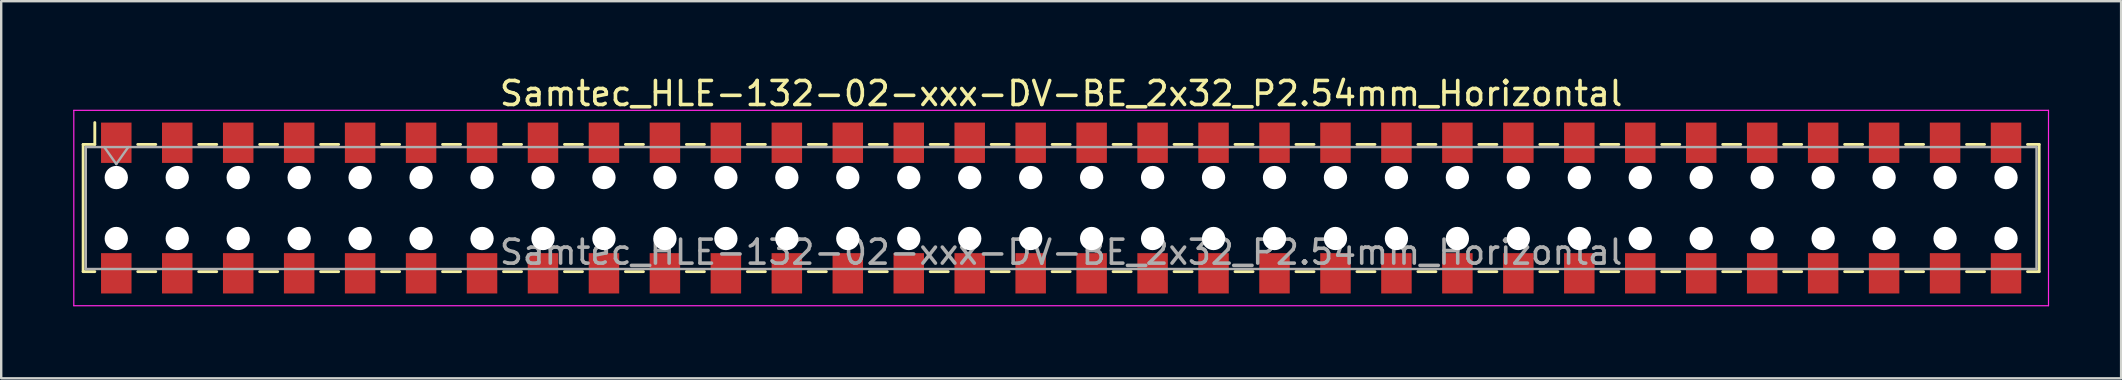
<source format=kicad_pcb>
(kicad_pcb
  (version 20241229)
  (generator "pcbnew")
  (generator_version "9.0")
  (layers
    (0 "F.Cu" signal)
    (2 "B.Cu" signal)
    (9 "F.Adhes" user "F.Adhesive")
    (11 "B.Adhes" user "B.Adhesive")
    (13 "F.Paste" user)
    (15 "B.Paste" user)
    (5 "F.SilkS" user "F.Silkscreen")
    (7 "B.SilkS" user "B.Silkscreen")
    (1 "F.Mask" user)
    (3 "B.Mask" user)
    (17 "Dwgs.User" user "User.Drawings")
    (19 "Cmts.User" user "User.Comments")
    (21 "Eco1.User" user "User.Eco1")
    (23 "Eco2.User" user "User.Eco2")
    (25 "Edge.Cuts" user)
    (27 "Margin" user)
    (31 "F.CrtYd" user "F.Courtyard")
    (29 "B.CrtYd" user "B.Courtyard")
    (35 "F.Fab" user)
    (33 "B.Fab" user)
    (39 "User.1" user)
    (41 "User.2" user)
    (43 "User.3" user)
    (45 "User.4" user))
  (footprint "Samtec_HLE-132-02-xxx-DV-BE_2x32_P2.54mm_Horizontal"
    (layer "F.Cu")
    (at 41.165 5.618)
    (property "Reference" "Samtec_HLE-132-02-xxx-DV-BE_2x32_P2.54mm_Horizontal" (at 0 -4.77 0) (layer "F.SilkS") (effects (font (size 1 1) (thickness 0.15))))
    (attr smd)
    (fp_line (start -40.75 -2.65) (end -40.75 2.65) (stroke (width 0.12) (type solid)) (layer "F.SilkS"))
    (fp_line (start -40.75 2.65) (end -40.265 2.65) (stroke (width 0.12) (type solid)) (layer "F.SilkS"))
    (fp_line (start -40.265 -3.56) (end -40.265 -2.65) (stroke (width 0.12) (type solid)) (layer "F.SilkS"))
    (fp_line (start -40.265 -2.65) (end -40.75 -2.65) (stroke (width 0.12) (type solid)) (layer "F.SilkS"))
    (fp_line (start -38.475 -2.65) (end -37.725 -2.65) (stroke (width 0.12) (type solid)) (layer "F.SilkS"))
    (fp_line (start -38.475 2.65) (end -37.725 2.65) (stroke (width 0.12) (type solid)) (layer "F.SilkS"))
    (fp_line (start -35.935 -2.65) (end -35.185 -2.65) (stroke (width 0.12) (type solid)) (layer "F.SilkS"))
    (fp_line (start -35.935 2.65) (end -35.185 2.65) (stroke (width 0.12) (type solid)) (layer "F.SilkS"))
    (fp_line (start -33.395 -2.65) (end -32.645 -2.65) (stroke (width 0.12) (type solid)) (layer "F.SilkS"))
    (fp_line (start -33.395 2.65) (end -32.645 2.65) (stroke (width 0.12) (type solid)) (layer "F.SilkS"))
    (fp_line (start -30.855 -2.65) (end -30.105 -2.65) (stroke (width 0.12) (type solid)) (layer "F.SilkS"))
    (fp_line (start -30.855 2.65) (end -30.105 2.65) (stroke (width 0.12) (type solid)) (layer "F.SilkS"))
    (fp_line (start -28.315 -2.65) (end -27.565 -2.65) (stroke (width 0.12) (type solid)) (layer "F.SilkS"))
    (fp_line (start -28.315 2.65) (end -27.565 2.65) (stroke (width 0.12) (type solid)) (layer "F.SilkS"))
    (fp_line (start -25.775 -2.65) (end -25.025 -2.65) (stroke (width 0.12) (type solid)) (layer "F.SilkS"))
    (fp_line (start -25.775 2.65) (end -25.025 2.65) (stroke (width 0.12) (type solid)) (layer "F.SilkS"))
    (fp_line (start -23.235 -2.65) (end -22.485 -2.65) (stroke (width 0.12) (type solid)) (layer "F.SilkS"))
    (fp_line (start -23.235 2.65) (end -22.485 2.65) (stroke (width 0.12) (type solid)) (layer "F.SilkS"))
    (fp_line (start -20.695 -2.65) (end -19.945 -2.65) (stroke (width 0.12) (type solid)) (layer "F.SilkS"))
    (fp_line (start -20.695 2.65) (end -19.945 2.65) (stroke (width 0.12) (type solid)) (layer "F.SilkS"))
    (fp_line (start -18.155 -2.65) (end -17.405 -2.65) (stroke (width 0.12) (type solid)) (layer "F.SilkS"))
    (fp_line (start -18.155 2.65) (end -17.405 2.65) (stroke (width 0.12) (type solid)) (layer "F.SilkS"))
    (fp_line (start -15.615 -2.65) (end -14.865 -2.65) (stroke (width 0.12) (type solid)) (layer "F.SilkS"))
    (fp_line (start -15.615 2.65) (end -14.865 2.65) (stroke (width 0.12) (type solid)) (layer "F.SilkS"))
    (fp_line (start -13.075 -2.65) (end -12.325 -2.65) (stroke (width 0.12) (type solid)) (layer "F.SilkS"))
    (fp_line (start -13.075 2.65) (end -12.325 2.65) (stroke (width 0.12) (type solid)) (layer "F.SilkS"))
    (fp_line (start -10.535 -2.65) (end -9.785 -2.65) (stroke (width 0.12) (type solid)) (layer "F.SilkS"))
    (fp_line (start -10.535 2.65) (end -9.785 2.65) (stroke (width 0.12) (type solid)) (layer "F.SilkS"))
    (fp_line (start -7.995 -2.65) (end -7.245 -2.65) (stroke (width 0.12) (type solid)) (layer "F.SilkS"))
    (fp_line (start -7.995 2.65) (end -7.245 2.65) (stroke (width 0.12) (type solid)) (layer "F.SilkS"))
    (fp_line (start -5.455 -2.65) (end -4.705 -2.65) (stroke (width 0.12) (type solid)) (layer "F.SilkS"))
    (fp_line (start -5.455 2.65) (end -4.705 2.65) (stroke (width 0.12) (type solid)) (layer "F.SilkS"))
    (fp_line (start -2.915 -2.65) (end -2.165 -2.65) (stroke (width 0.12) (type solid)) (layer "F.SilkS"))
    (fp_line (start -2.915 2.65) (end -2.165 2.65) (stroke (width 0.12) (type solid)) (layer "F.SilkS"))
    (fp_line (start -0.375 -2.65) (end 0.375 -2.65) (stroke (width 0.12) (type solid)) (layer "F.SilkS"))
    (fp_line (start -0.375 2.65) (end 0.375 2.65) (stroke (width 0.12) (type solid)) (layer "F.SilkS"))
    (fp_line (start 2.165 -2.65) (end 2.915 -2.65) (stroke (width 0.12) (type solid)) (layer "F.SilkS"))
    (fp_line (start 2.165 2.65) (end 2.915 2.65) (stroke (width 0.12) (type solid)) (layer "F.SilkS"))
    (fp_line (start 4.705 -2.65) (end 5.455 -2.65) (stroke (width 0.12) (type solid)) (layer "F.SilkS"))
    (fp_line (start 4.705 2.65) (end 5.455 2.65) (stroke (width 0.12) (type solid)) (layer "F.SilkS"))
    (fp_line (start 7.245 -2.65) (end 7.995 -2.65) (stroke (width 0.12) (type solid)) (layer "F.SilkS"))
    (fp_line (start 7.245 2.65) (end 7.995 2.65) (stroke (width 0.12) (type solid)) (layer "F.SilkS"))
    (fp_line (start 9.785 -2.65) (end 10.535 -2.65) (stroke (width 0.12) (type solid)) (layer "F.SilkS"))
    (fp_line (start 9.785 2.65) (end 10.535 2.65) (stroke (width 0.12) (type solid)) (layer "F.SilkS"))
    (fp_line (start 12.325 -2.65) (end 13.075 -2.65) (stroke (width 0.12) (type solid)) (layer "F.SilkS"))
    (fp_line (start 12.325 2.65) (end 13.075 2.65) (stroke (width 0.12) (type solid)) (layer "F.SilkS"))
    (fp_line (start 14.865 -2.65) (end 15.615 -2.65) (stroke (width 0.12) (type solid)) (layer "F.SilkS"))
    (fp_line (start 14.865 2.65) (end 15.615 2.65) (stroke (width 0.12) (type solid)) (layer "F.SilkS"))
    (fp_line (start 17.405 -2.65) (end 18.155 -2.65) (stroke (width 0.12) (type solid)) (layer "F.SilkS"))
    (fp_line (start 17.405 2.65) (end 18.155 2.65) (stroke (width 0.12) (type solid)) (layer "F.SilkS"))
    (fp_line (start 19.945 -2.65) (end 20.695 -2.65) (stroke (width 0.12) (type solid)) (layer "F.SilkS"))
    (fp_line (start 19.945 2.65) (end 20.695 2.65) (stroke (width 0.12) (type solid)) (layer "F.SilkS"))
    (fp_line (start 22.485 -2.65) (end 23.235 -2.65) (stroke (width 0.12) (type solid)) (layer "F.SilkS"))
    (fp_line (start 22.485 2.65) (end 23.235 2.65) (stroke (width 0.12) (type solid)) (layer "F.SilkS"))
    (fp_line (start 25.025 -2.65) (end 25.775 -2.65) (stroke (width 0.12) (type solid)) (layer "F.SilkS"))
    (fp_line (start 25.025 2.65) (end 25.775 2.65) (stroke (width 0.12) (type solid)) (layer "F.SilkS"))
    (fp_line (start 27.565 -2.65) (end 28.315 -2.65) (stroke (width 0.12) (type solid)) (layer "F.SilkS"))
    (fp_line (start 27.565 2.65) (end 28.315 2.65) (stroke (width 0.12) (type solid)) (layer "F.SilkS"))
    (fp_line (start 30.105 -2.65) (end 30.855 -2.65) (stroke (width 0.12) (type solid)) (layer "F.SilkS"))
    (fp_line (start 30.105 2.65) (end 30.855 2.65) (stroke (width 0.12) (type solid)) (layer "F.SilkS"))
    (fp_line (start 32.645 -2.65) (end 33.395 -2.65) (stroke (width 0.12) (type solid)) (layer "F.SilkS"))
    (fp_line (start 32.645 2.65) (end 33.395 2.65) (stroke (width 0.12) (type solid)) (layer "F.SilkS"))
    (fp_line (start 35.185 -2.65) (end 35.935 -2.65) (stroke (width 0.12) (type solid)) (layer "F.SilkS"))
    (fp_line (start 35.185 2.65) (end 35.935 2.65) (stroke (width 0.12) (type solid)) (layer "F.SilkS"))
    (fp_line (start 37.725 -2.65) (end 38.475 -2.65) (stroke (width 0.12) (type solid)) (layer "F.SilkS"))
    (fp_line (start 37.725 2.65) (end 38.475 2.65) (stroke (width 0.12) (type solid)) (layer "F.SilkS"))
    (fp_line (start 40.265 -2.65) (end 40.75 -2.65) (stroke (width 0.12) (type solid)) (layer "F.SilkS"))
    (fp_line (start 40.75 -2.65) (end 40.75 2.65) (stroke (width 0.12) (type solid)) (layer "F.SilkS"))
    (fp_line (start 40.75 2.65) (end 40.265 2.65) (stroke (width 0.12) (type solid)) (layer "F.SilkS"))
    (fp_line (start -41.14 -4.07) (end 41.14 -4.07) (stroke (width 0.05) (type solid)) (layer "F.CrtYd"))
    (fp_line (start -41.14 4.07) (end -41.14 -4.07) (stroke (width 0.05) (type solid)) (layer "F.CrtYd"))
    (fp_line (start 41.14 -4.07) (end 41.14 4.07) (stroke (width 0.05) (type solid)) (layer "F.CrtYd"))
    (fp_line (start 41.14 4.07) (end -41.14 4.07) (stroke (width 0.05) (type solid)) (layer "F.CrtYd"))
    (fp_line (start -40.64 -2.54) (end 40.64 -2.54) (stroke (width 0.1) (type solid)) (layer "F.Fab"))
    (fp_line (start -40.64 2.54) (end -40.64 -2.54) (stroke (width 0.1) (type solid)) (layer "F.Fab"))
    (fp_line (start -39.87 -2.54) (end -39.37 -1.833) (stroke (width 0.1) (type solid)) (layer "F.Fab"))
    (fp_line (start -39.37 -1.833) (end -38.87 -2.54) (stroke (width 0.1) (type solid)) (layer "F.Fab"))
    (fp_line (start 40.64 -2.54) (end 40.64 2.54) (stroke (width 0.1) (type solid)) (layer "F.Fab"))
    (fp_line (start 40.64 2.54) (end -40.64 2.54) (stroke (width 0.1) (type solid)) (layer "F.Fab"))
    (fp_text user "${REFERENCE}" (at 0 1.84 0) (layer "F.Fab") (effects (font (size 1 1) (thickness 0.15))))
    (pad "" np_thru_hole circle (at -39.37 -1.27) (size 0.97 0.97) (drill 0.97) (layers "*.Cu" "*.Mask"))
    (pad "" np_thru_hole circle (at -39.37 1.27) (size 0.97 0.97) (drill 0.97) (layers "*.Cu" "*.Mask"))
    (pad "" np_thru_hole circle (at -36.83 -1.27) (size 0.97 0.97) (drill 0.97) (layers "*.Cu" "*.Mask"))
    (pad "" np_thru_hole circle (at -36.83 1.27) (size 0.97 0.97) (drill 0.97) (layers "*.Cu" "*.Mask"))
    (pad "" np_thru_hole circle (at -34.29 -1.27) (size 0.97 0.97) (drill 0.97) (layers "*.Cu" "*.Mask"))
    (pad "" np_thru_hole circle (at -34.29 1.27) (size 0.97 0.97) (drill 0.97) (layers "*.Cu" "*.Mask"))
    (pad "" np_thru_hole circle (at -31.75 -1.27) (size 0.97 0.97) (drill 0.97) (layers "*.Cu" "*.Mask"))
    (pad "" np_thru_hole circle (at -31.75 1.27) (size 0.97 0.97) (drill 0.97) (layers "*.Cu" "*.Mask"))
    (pad "" np_thru_hole circle (at -29.21 -1.27) (size 0.97 0.97) (drill 0.97) (layers "*.Cu" "*.Mask"))
    (pad "" np_thru_hole circle (at -29.21 1.27) (size 0.97 0.97) (drill 0.97) (layers "*.Cu" "*.Mask"))
    (pad "" np_thru_hole circle (at -26.67 -1.27) (size 0.97 0.97) (drill 0.97) (layers "*.Cu" "*.Mask"))
    (pad "" np_thru_hole circle (at -26.67 1.27) (size 0.97 0.97) (drill 0.97) (layers "*.Cu" "*.Mask"))
    (pad "" np_thru_hole circle (at -24.13 -1.27) (size 0.97 0.97) (drill 0.97) (layers "*.Cu" "*.Mask"))
    (pad "" np_thru_hole circle (at -24.13 1.27) (size 0.97 0.97) (drill 0.97) (layers "*.Cu" "*.Mask"))
    (pad "" np_thru_hole circle (at -21.59 -1.27) (size 0.97 0.97) (drill 0.97) (layers "*.Cu" "*.Mask"))
    (pad "" np_thru_hole circle (at -21.59 1.27) (size 0.97 0.97) (drill 0.97) (layers "*.Cu" "*.Mask"))
    (pad "" np_thru_hole circle (at -19.05 -1.27) (size 0.97 0.97) (drill 0.97) (layers "*.Cu" "*.Mask"))
    (pad "" np_thru_hole circle (at -19.05 1.27) (size 0.97 0.97) (drill 0.97) (layers "*.Cu" "*.Mask"))
    (pad "" np_thru_hole circle (at -16.51 -1.27) (size 0.97 0.97) (drill 0.97) (layers "*.Cu" "*.Mask"))
    (pad "" np_thru_hole circle (at -16.51 1.27) (size 0.97 0.97) (drill 0.97) (layers "*.Cu" "*.Mask"))
    (pad "" np_thru_hole circle (at -13.97 -1.27) (size 0.97 0.97) (drill 0.97) (layers "*.Cu" "*.Mask"))
    (pad "" np_thru_hole circle (at -13.97 1.27) (size 0.97 0.97) (drill 0.97) (layers "*.Cu" "*.Mask"))
    (pad "" np_thru_hole circle (at -11.43 -1.27) (size 0.97 0.97) (drill 0.97) (layers "*.Cu" "*.Mask"))
    (pad "" np_thru_hole circle (at -11.43 1.27) (size 0.97 0.97) (drill 0.97) (layers "*.Cu" "*.Mask"))
    (pad "" np_thru_hole circle (at -8.89 -1.27) (size 0.97 0.97) (drill 0.97) (layers "*.Cu" "*.Mask"))
    (pad "" np_thru_hole circle (at -8.89 1.27) (size 0.97 0.97) (drill 0.97) (layers "*.Cu" "*.Mask"))
    (pad "" np_thru_hole circle (at -6.35 -1.27) (size 0.97 0.97) (drill 0.97) (layers "*.Cu" "*.Mask"))
    (pad "" np_thru_hole circle (at -6.35 1.27) (size 0.97 0.97) (drill 0.97) (layers "*.Cu" "*.Mask"))
    (pad "" np_thru_hole circle (at -3.81 -1.27) (size 0.97 0.97) (drill 0.97) (layers "*.Cu" "*.Mask"))
    (pad "" np_thru_hole circle (at -3.81 1.27) (size 0.97 0.97) (drill 0.97) (layers "*.Cu" "*.Mask"))
    (pad "" np_thru_hole circle (at -1.27 -1.27) (size 0.97 0.97) (drill 0.97) (layers "*.Cu" "*.Mask"))
    (pad "" np_thru_hole circle (at -1.27 1.27) (size 0.97 0.97) (drill 0.97) (layers "*.Cu" "*.Mask"))
    (pad "" np_thru_hole circle (at 1.27 -1.27) (size 0.97 0.97) (drill 0.97) (layers "*.Cu" "*.Mask"))
    (pad "" np_thru_hole circle (at 1.27 1.27) (size 0.97 0.97) (drill 0.97) (layers "*.Cu" "*.Mask"))
    (pad "" np_thru_hole circle (at 3.81 -1.27) (size 0.97 0.97) (drill 0.97) (layers "*.Cu" "*.Mask"))
    (pad "" np_thru_hole circle (at 3.81 1.27) (size 0.97 0.97) (drill 0.97) (layers "*.Cu" "*.Mask"))
    (pad "" np_thru_hole circle (at 6.35 -1.27) (size 0.97 0.97) (drill 0.97) (layers "*.Cu" "*.Mask"))
    (pad "" np_thru_hole circle (at 6.35 1.27) (size 0.97 0.97) (drill 0.97) (layers "*.Cu" "*.Mask"))
    (pad "" np_thru_hole circle (at 8.89 -1.27) (size 0.97 0.97) (drill 0.97) (layers "*.Cu" "*.Mask"))
    (pad "" np_thru_hole circle (at 8.89 1.27) (size 0.97 0.97) (drill 0.97) (layers "*.Cu" "*.Mask"))
    (pad "" np_thru_hole circle (at 11.43 -1.27) (size 0.97 0.97) (drill 0.97) (layers "*.Cu" "*.Mask"))
    (pad "" np_thru_hole circle (at 11.43 1.27) (size 0.97 0.97) (drill 0.97) (layers "*.Cu" "*.Mask"))
    (pad "" np_thru_hole circle (at 13.97 -1.27) (size 0.97 0.97) (drill 0.97) (layers "*.Cu" "*.Mask"))
    (pad "" np_thru_hole circle (at 13.97 1.27) (size 0.97 0.97) (drill 0.97) (layers "*.Cu" "*.Mask"))
    (pad "" np_thru_hole circle (at 16.51 -1.27) (size 0.97 0.97) (drill 0.97) (layers "*.Cu" "*.Mask"))
    (pad "" np_thru_hole circle (at 16.51 1.27) (size 0.97 0.97) (drill 0.97) (layers "*.Cu" "*.Mask"))
    (pad "" np_thru_hole circle (at 19.05 -1.27) (size 0.97 0.97) (drill 0.97) (layers "*.Cu" "*.Mask"))
    (pad "" np_thru_hole circle (at 19.05 1.27) (size 0.97 0.97) (drill 0.97) (layers "*.Cu" "*.Mask"))
    (pad "" np_thru_hole circle (at 21.59 -1.27) (size 0.97 0.97) (drill 0.97) (layers "*.Cu" "*.Mask"))
    (pad "" np_thru_hole circle (at 21.59 1.27) (size 0.97 0.97) (drill 0.97) (layers "*.Cu" "*.Mask"))
    (pad "" np_thru_hole circle (at 24.13 -1.27) (size 0.97 0.97) (drill 0.97) (layers "*.Cu" "*.Mask"))
    (pad "" np_thru_hole circle (at 24.13 1.27) (size 0.97 0.97) (drill 0.97) (layers "*.Cu" "*.Mask"))
    (pad "" np_thru_hole circle (at 26.67 -1.27) (size 0.97 0.97) (drill 0.97) (layers "*.Cu" "*.Mask"))
    (pad "" np_thru_hole circle (at 26.67 1.27) (size 0.97 0.97) (drill 0.97) (layers "*.Cu" "*.Mask"))
    (pad "" np_thru_hole circle (at 29.21 -1.27) (size 0.97 0.97) (drill 0.97) (layers "*.Cu" "*.Mask"))
    (pad "" np_thru_hole circle (at 29.21 1.27) (size 0.97 0.97) (drill 0.97) (layers "*.Cu" "*.Mask"))
    (pad "" np_thru_hole circle (at 31.75 -1.27) (size 0.97 0.97) (drill 0.97) (layers "*.Cu" "*.Mask"))
    (pad "" np_thru_hole circle (at 31.75 1.27) (size 0.97 0.97) (drill 0.97) (layers "*.Cu" "*.Mask"))
    (pad "" np_thru_hole circle (at 34.29 -1.27) (size 0.97 0.97) (drill 0.97) (layers "*.Cu" "*.Mask"))
    (pad "" np_thru_hole circle (at 34.29 1.27) (size 0.97 0.97) (drill 0.97) (layers "*.Cu" "*.Mask"))
    (pad "" np_thru_hole circle (at 36.83 -1.27) (size 0.97 0.97) (drill 0.97) (layers "*.Cu" "*.Mask"))
    (pad "" np_thru_hole circle (at 36.83 1.27) (size 0.97 0.97) (drill 0.97) (layers "*.Cu" "*.Mask"))
    (pad "" np_thru_hole circle (at 39.37 -1.27) (size 0.97 0.97) (drill 0.97) (layers "*.Cu" "*.Mask"))
    (pad "" np_thru_hole circle (at 39.37 1.27) (size 0.97 0.97) (drill 0.97) (layers "*.Cu" "*.Mask"))
    (pad "1" smd rect (at -39.37 -2.72) (size 1.27 1.68) (layers "F.Cu" "F.Mask" "F.Paste"))
    (pad "2" smd rect (at -39.37 2.72) (size 1.27 1.68) (layers "F.Cu" "F.Mask" "F.Paste"))
    (pad "3" smd rect (at -36.83 -2.72) (size 1.27 1.68) (layers "F.Cu" "F.Mask" "F.Paste"))
    (pad "4" smd rect (at -36.83 2.72) (size 1.27 1.68) (layers "F.Cu" "F.Mask" "F.Paste"))
    (pad "5" smd rect (at -34.29 -2.72) (size 1.27 1.68) (layers "F.Cu" "F.Mask" "F.Paste"))
    (pad "6" smd rect (at -34.29 2.72) (size 1.27 1.68) (layers "F.Cu" "F.Mask" "F.Paste"))
    (pad "7" smd rect (at -31.75 -2.72) (size 1.27 1.68) (layers "F.Cu" "F.Mask" "F.Paste"))
    (pad "8" smd rect (at -31.75 2.72) (size 1.27 1.68) (layers "F.Cu" "F.Mask" "F.Paste"))
    (pad "9" smd rect (at -29.21 -2.72) (size 1.27 1.68) (layers "F.Cu" "F.Mask" "F.Paste"))
    (pad "10" smd rect (at -29.21 2.72) (size 1.27 1.68) (layers "F.Cu" "F.Mask" "F.Paste"))
    (pad "11" smd rect (at -26.67 -2.72) (size 1.27 1.68) (layers "F.Cu" "F.Mask" "F.Paste"))
    (pad "12" smd rect (at -26.67 2.72) (size 1.27 1.68) (layers "F.Cu" "F.Mask" "F.Paste"))
    (pad "13" smd rect (at -24.13 -2.72) (size 1.27 1.68) (layers "F.Cu" "F.Mask" "F.Paste"))
    (pad "14" smd rect (at -24.13 2.72) (size 1.27 1.68) (layers "F.Cu" "F.Mask" "F.Paste"))
    (pad "15" smd rect (at -21.59 -2.72) (size 1.27 1.68) (layers "F.Cu" "F.Mask" "F.Paste"))
    (pad "16" smd rect (at -21.59 2.72) (size 1.27 1.68) (layers "F.Cu" "F.Mask" "F.Paste"))
    (pad "17" smd rect (at -19.05 -2.72) (size 1.27 1.68) (layers "F.Cu" "F.Mask" "F.Paste"))
    (pad "18" smd rect (at -19.05 2.72) (size 1.27 1.68) (layers "F.Cu" "F.Mask" "F.Paste"))
    (pad "19" smd rect (at -16.51 -2.72) (size 1.27 1.68) (layers "F.Cu" "F.Mask" "F.Paste"))
    (pad "20" smd rect (at -16.51 2.72) (size 1.27 1.68) (layers "F.Cu" "F.Mask" "F.Paste"))
    (pad "21" smd rect (at -13.97 -2.72) (size 1.27 1.68) (layers "F.Cu" "F.Mask" "F.Paste"))
    (pad "22" smd rect (at -13.97 2.72) (size 1.27 1.68) (layers "F.Cu" "F.Mask" "F.Paste"))
    (pad "23" smd rect (at -11.43 -2.72) (size 1.27 1.68) (layers "F.Cu" "F.Mask" "F.Paste"))
    (pad "24" smd rect (at -11.43 2.72) (size 1.27 1.68) (layers "F.Cu" "F.Mask" "F.Paste"))
    (pad "25" smd rect (at -8.89 -2.72) (size 1.27 1.68) (layers "F.Cu" "F.Mask" "F.Paste"))
    (pad "26" smd rect (at -8.89 2.72) (size 1.27 1.68) (layers "F.Cu" "F.Mask" "F.Paste"))
    (pad "27" smd rect (at -6.35 -2.72) (size 1.27 1.68) (layers "F.Cu" "F.Mask" "F.Paste"))
    (pad "28" smd rect (at -6.35 2.72) (size 1.27 1.68) (layers "F.Cu" "F.Mask" "F.Paste"))
    (pad "29" smd rect (at -3.81 -2.72) (size 1.27 1.68) (layers "F.Cu" "F.Mask" "F.Paste"))
    (pad "30" smd rect (at -3.81 2.72) (size 1.27 1.68) (layers "F.Cu" "F.Mask" "F.Paste"))
    (pad "31" smd rect (at -1.27 -2.72) (size 1.27 1.68) (layers "F.Cu" "F.Mask" "F.Paste"))
    (pad "32" smd rect (at -1.27 2.72) (size 1.27 1.68) (layers "F.Cu" "F.Mask" "F.Paste"))
    (pad "33" smd rect (at 1.27 -2.72) (size 1.27 1.68) (layers "F.Cu" "F.Mask" "F.Paste"))
    (pad "34" smd rect (at 1.27 2.72) (size 1.27 1.68) (layers "F.Cu" "F.Mask" "F.Paste"))
    (pad "35" smd rect (at 3.81 -2.72) (size 1.27 1.68) (layers "F.Cu" "F.Mask" "F.Paste"))
    (pad "36" smd rect (at 3.81 2.72) (size 1.27 1.68) (layers "F.Cu" "F.Mask" "F.Paste"))
    (pad "37" smd rect (at 6.35 -2.72) (size 1.27 1.68) (layers "F.Cu" "F.Mask" "F.Paste"))
    (pad "38" smd rect (at 6.35 2.72) (size 1.27 1.68) (layers "F.Cu" "F.Mask" "F.Paste"))
    (pad "39" smd rect (at 8.89 -2.72) (size 1.27 1.68) (layers "F.Cu" "F.Mask" "F.Paste"))
    (pad "40" smd rect (at 8.89 2.72) (size 1.27 1.68) (layers "F.Cu" "F.Mask" "F.Paste"))
    (pad "41" smd rect (at 11.43 -2.72) (size 1.27 1.68) (layers "F.Cu" "F.Mask" "F.Paste"))
    (pad "42" smd rect (at 11.43 2.72) (size 1.27 1.68) (layers "F.Cu" "F.Mask" "F.Paste"))
    (pad "43" smd rect (at 13.97 -2.72) (size 1.27 1.68) (layers "F.Cu" "F.Mask" "F.Paste"))
    (pad "44" smd rect (at 13.97 2.72) (size 1.27 1.68) (layers "F.Cu" "F.Mask" "F.Paste"))
    (pad "45" smd rect (at 16.51 -2.72) (size 1.27 1.68) (layers "F.Cu" "F.Mask" "F.Paste"))
    (pad "46" smd rect (at 16.51 2.72) (size 1.27 1.68) (layers "F.Cu" "F.Mask" "F.Paste"))
    (pad "47" smd rect (at 19.05 -2.72) (size 1.27 1.68) (layers "F.Cu" "F.Mask" "F.Paste"))
    (pad "48" smd rect (at 19.05 2.72) (size 1.27 1.68) (layers "F.Cu" "F.Mask" "F.Paste"))
    (pad "49" smd rect (at 21.59 -2.72) (size 1.27 1.68) (layers "F.Cu" "F.Mask" "F.Paste"))
    (pad "50" smd rect (at 21.59 2.72) (size 1.27 1.68) (layers "F.Cu" "F.Mask" "F.Paste"))
    (pad "51" smd rect (at 24.13 -2.72) (size 1.27 1.68) (layers "F.Cu" "F.Mask" "F.Paste"))
    (pad "52" smd rect (at 24.13 2.72) (size 1.27 1.68) (layers "F.Cu" "F.Mask" "F.Paste"))
    (pad "53" smd rect (at 26.67 -2.72) (size 1.27 1.68) (layers "F.Cu" "F.Mask" "F.Paste"))
    (pad "54" smd rect (at 26.67 2.72) (size 1.27 1.68) (layers "F.Cu" "F.Mask" "F.Paste"))
    (pad "55" smd rect (at 29.21 -2.72) (size 1.27 1.68) (layers "F.Cu" "F.Mask" "F.Paste"))
    (pad "56" smd rect (at 29.21 2.72) (size 1.27 1.68) (layers "F.Cu" "F.Mask" "F.Paste"))
    (pad "57" smd rect (at 31.75 -2.72) (size 1.27 1.68) (layers "F.Cu" "F.Mask" "F.Paste"))
    (pad "58" smd rect (at 31.75 2.72) (size 1.27 1.68) (layers "F.Cu" "F.Mask" "F.Paste"))
    (pad "59" smd rect (at 34.29 -2.72) (size 1.27 1.68) (layers "F.Cu" "F.Mask" "F.Paste"))
    (pad "60" smd rect (at 34.29 2.72) (size 1.27 1.68) (layers "F.Cu" "F.Mask" "F.Paste"))
    (pad "61" smd rect (at 36.83 -2.72) (size 1.27 1.68) (layers "F.Cu" "F.Mask" "F.Paste"))
    (pad "62" smd rect (at 36.83 2.72) (size 1.27 1.68) (layers "F.Cu" "F.Mask" "F.Paste"))
    (pad "63" smd rect (at 39.37 -2.72) (size 1.27 1.68) (layers "F.Cu" "F.Mask" "F.Paste"))
    (pad "64" smd rect (at 39.37 2.72) (size 1.27 1.68) (layers "F.Cu" "F.Mask" "F.Paste")))
  (gr_rect
    (start -3 -3)
    (end 85.33 12.713)
    (stroke (width 0.1) (type default))
    (fill no)
    (layer "Edge.Cuts")))
</source>
